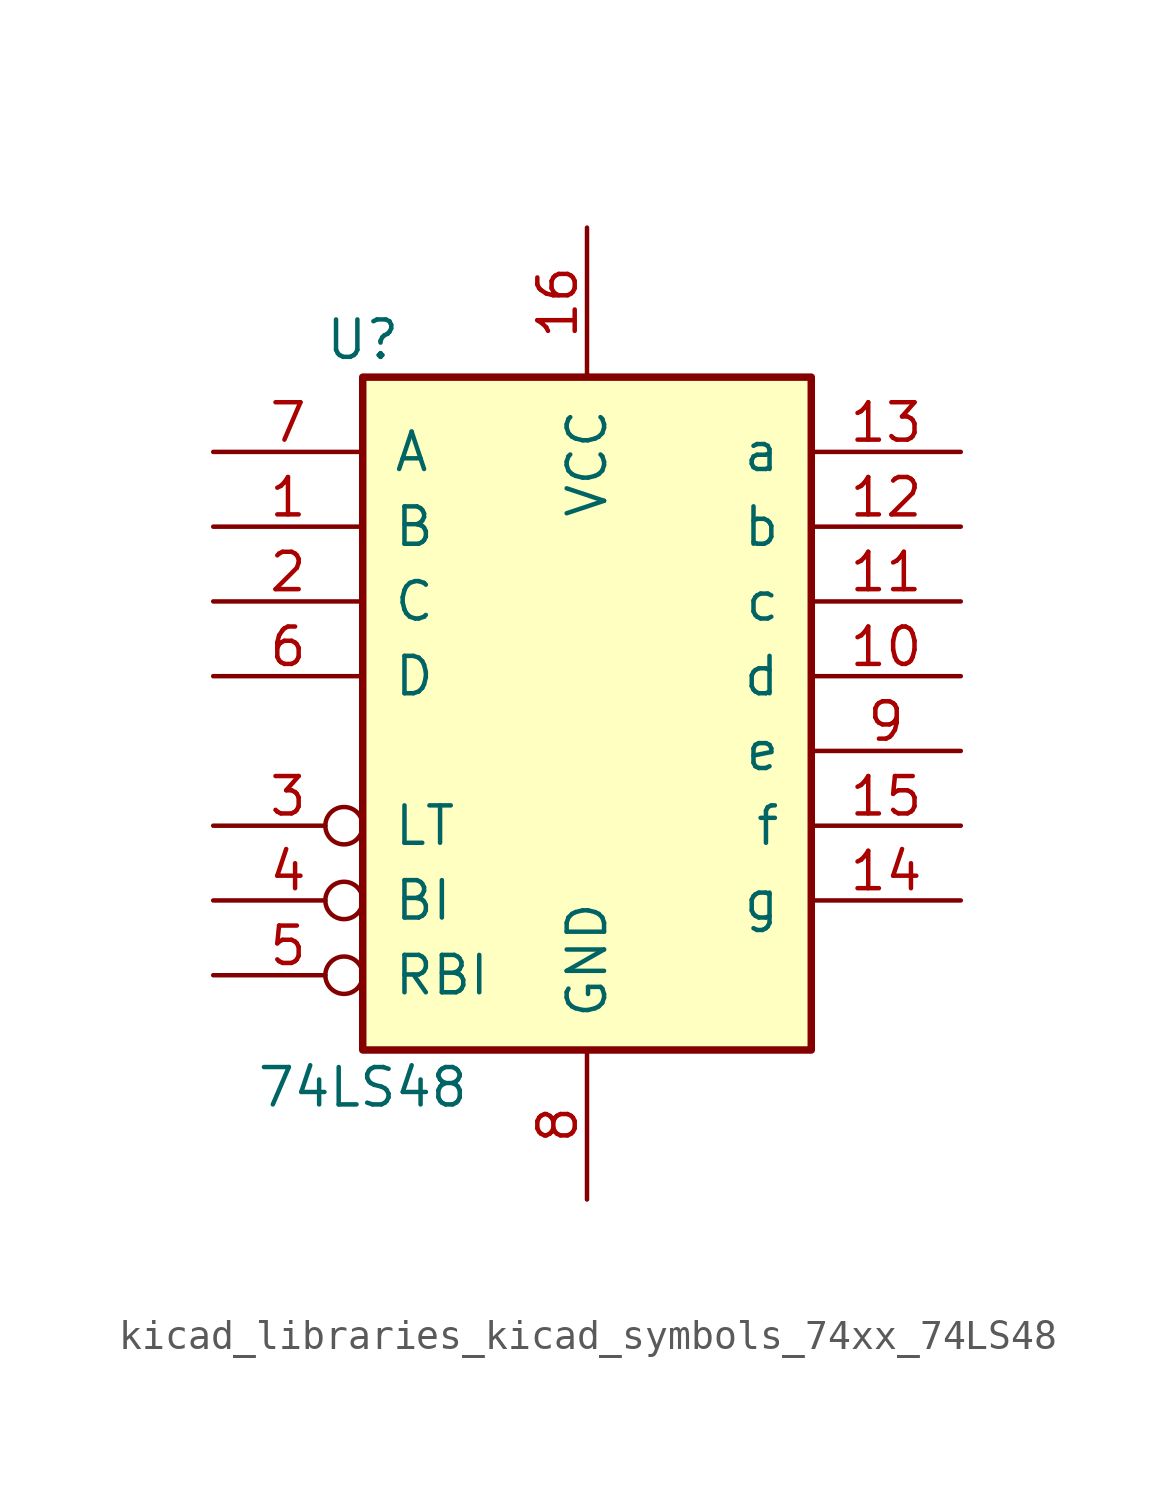
<source format=kicad_sym>
(kicad_symbol_lib
  (version 20220914)
  (generator kicad_symbol_editor)
  (symbol "kicad_libraries_kicad_symbols_74xx_74LS48"
    (pin_names
      (offset 1.016))
    (property "Reference" "U"
      (at -7.62 11.43 0)
      (effects (font (size 1.27 1.27))))
    (property "Value" "74LS48"
      (at -7.62 -13.97 0)
      (effects (font (size 1.27 1.27))))
    (property "ki_locked" ""
      (at 0 0 0)
      (effects (font (size 1.27 1.27))))
    (symbol "kicad_libraries_kicad_symbols_74xx_74LS48_1_0"
      (pin input line (at -12.7 5.08 0) (length 5.08) (name "B" (effects (font (size 1.27 1.27)))) (number "1" (effects (font (size 1.27 1.27)))))
      (pin open_collector line (at 12.7 0 180) (length 5.08) (name "d" (effects (font (size 1.27 1.27)))) (number "10" (effects (font (size 1.27 1.27)))))
      (pin open_collector line (at 12.7 2.54 180) (length 5.08) (name "c" (effects (font (size 1.27 1.27)))) (number "11" (effects (font (size 1.27 1.27)))))
      (pin open_collector line (at 12.7 5.08 180) (length 5.08) (name "b" (effects (font (size 1.27 1.27)))) (number "12" (effects (font (size 1.27 1.27)))))
      (pin open_collector line (at 12.7 7.62 180) (length 5.08) (name "a" (effects (font (size 1.27 1.27)))) (number "13" (effects (font (size 1.27 1.27)))))
      (pin open_collector line (at 12.7 -7.62 180) (length 5.08) (name "g" (effects (font (size 1.27 1.27)))) (number "14" (effects (font (size 1.27 1.27)))))
      (pin open_collector line (at 12.7 -5.08 180) (length 5.08) (name "f" (effects (font (size 1.27 1.27)))) (number "15" (effects (font (size 1.27 1.27)))))
      (pin power_in line (at 0 15.24 270) (length 5.08) (name "VCC" (effects (font (size 1.27 1.27)))) (number "16" (effects (font (size 1.27 1.27)))))
      (pin input line (at -12.7 2.54 0) (length 5.08) (name "C" (effects (font (size 1.27 1.27)))) (number "2" (effects (font (size 1.27 1.27)))))
      (pin input inverted (at -12.7 -5.08 0) (length 5.08) (name "LT" (effects (font (size 1.27 1.27)))) (number "3" (effects (font (size 1.27 1.27)))))
      (pin input inverted (at -12.7 -7.62 0) (length 5.08) (name "BI" (effects (font (size 1.27 1.27)))) (number "4" (effects (font (size 1.27 1.27)))))
      (pin input inverted (at -12.7 -10.16 0) (length 5.08) (name "RBI" (effects (font (size 1.27 1.27)))) (number "5" (effects (font (size 1.27 1.27)))))
      (pin input line (at -12.7 0 0) (length 5.08) (name "D" (effects (font (size 1.27 1.27)))) (number "6" (effects (font (size 1.27 1.27)))))
      (pin input line (at -12.7 7.62 0) (length 5.08) (name "A" (effects (font (size 1.27 1.27)))) (number "7" (effects (font (size 1.27 1.27)))))
      (pin power_in line (at 0 -17.78 90) (length 5.08) (name "GND" (effects (font (size 1.27 1.27)))) (number "8" (effects (font (size 1.27 1.27)))))
      (pin open_collector line (at 12.7 -2.54 180) (length 5.08) (name "e" (effects (font (size 1.27 1.27)))) (number "9" (effects (font (size 1.27 1.27))))))
    (symbol "kicad_libraries_kicad_symbols_74xx_74LS48_1_1"
      (rectangle (start -7.62 10.16) (end 7.62 -12.7) (stroke (width 0.254) (type default)) (fill (type background))))))
</source>
